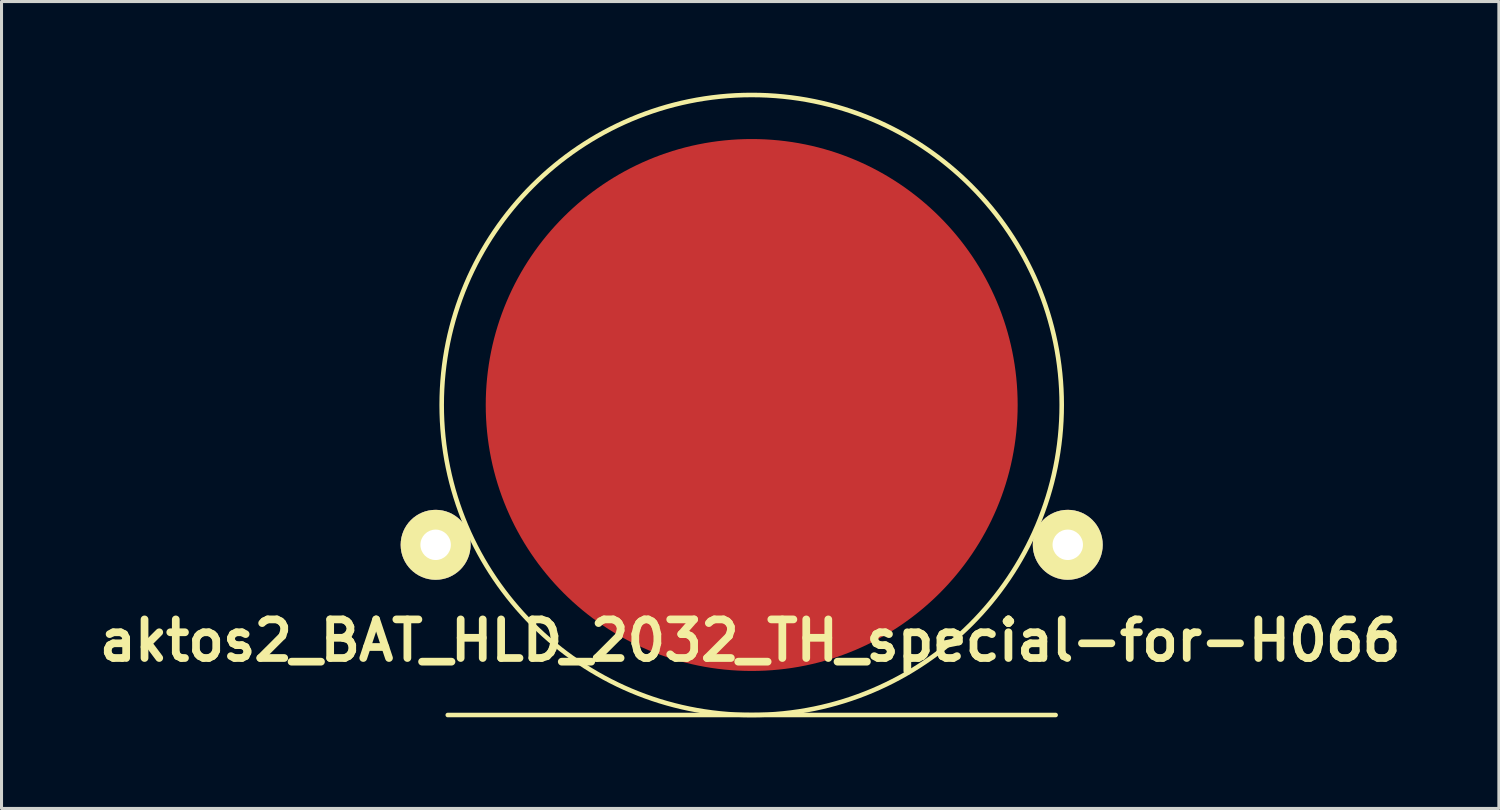
<source format=kicad_pcb>
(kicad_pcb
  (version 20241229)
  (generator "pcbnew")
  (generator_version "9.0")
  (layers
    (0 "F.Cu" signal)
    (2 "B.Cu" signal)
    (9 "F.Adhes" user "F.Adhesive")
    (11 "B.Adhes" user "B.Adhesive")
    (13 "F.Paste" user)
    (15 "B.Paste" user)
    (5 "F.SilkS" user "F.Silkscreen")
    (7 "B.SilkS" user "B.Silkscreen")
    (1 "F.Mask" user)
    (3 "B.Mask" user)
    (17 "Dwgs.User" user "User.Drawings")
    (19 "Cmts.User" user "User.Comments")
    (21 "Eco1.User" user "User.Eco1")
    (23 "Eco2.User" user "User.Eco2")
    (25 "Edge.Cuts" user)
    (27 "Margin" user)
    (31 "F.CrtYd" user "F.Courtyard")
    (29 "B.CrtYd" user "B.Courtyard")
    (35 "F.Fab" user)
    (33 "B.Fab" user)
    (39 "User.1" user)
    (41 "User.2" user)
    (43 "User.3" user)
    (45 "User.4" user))
  (footprint "aktos2_BAT_HLD_2032_TH_special-for-H066"
    (layer "F.Cu")
    (at 21.682 10.275)
    (property "Reference" "aktos2_BAT_HLD_2032_TH_special-for-H066" (at -0.05 7.75 0) (layer "F.SilkS") (effects (font (size 1.27 1.27) (thickness 0.254))))
    (attr through_hole)
    (fp_line (start -10 10.2) (end 10 10.2) (stroke (width 0.15) (type solid)) (layer "F.SilkS"))
    (fp_circle (center 0 0) (end 0 10.2) (stroke (width 0.15) (type solid)) (fill no) (layer "F.SilkS"))
    (pad "1" thru_hole circle (at -10.399 4.6) (size 2.301 2.301) (drill 1.001) (layers "*.Cu" "*.Mask" "F.SilkS"))
    (pad "1" thru_hole circle (at 10.399 4.6) (size 2.301 2.301) (drill 1.001) (layers "*.Cu" "*.Mask" "F.SilkS"))
    (pad "2" smd circle (at 0 0) (size 17.501 17.501) (layers "F.Cu" "F.Mask" "F.Paste")))
  (gr_rect
    (start -3 -3)
    (end 46.265 23.55)
    (stroke (width 0.1) (type default))
    (fill no)
    (layer "Edge.Cuts")))
</source>
